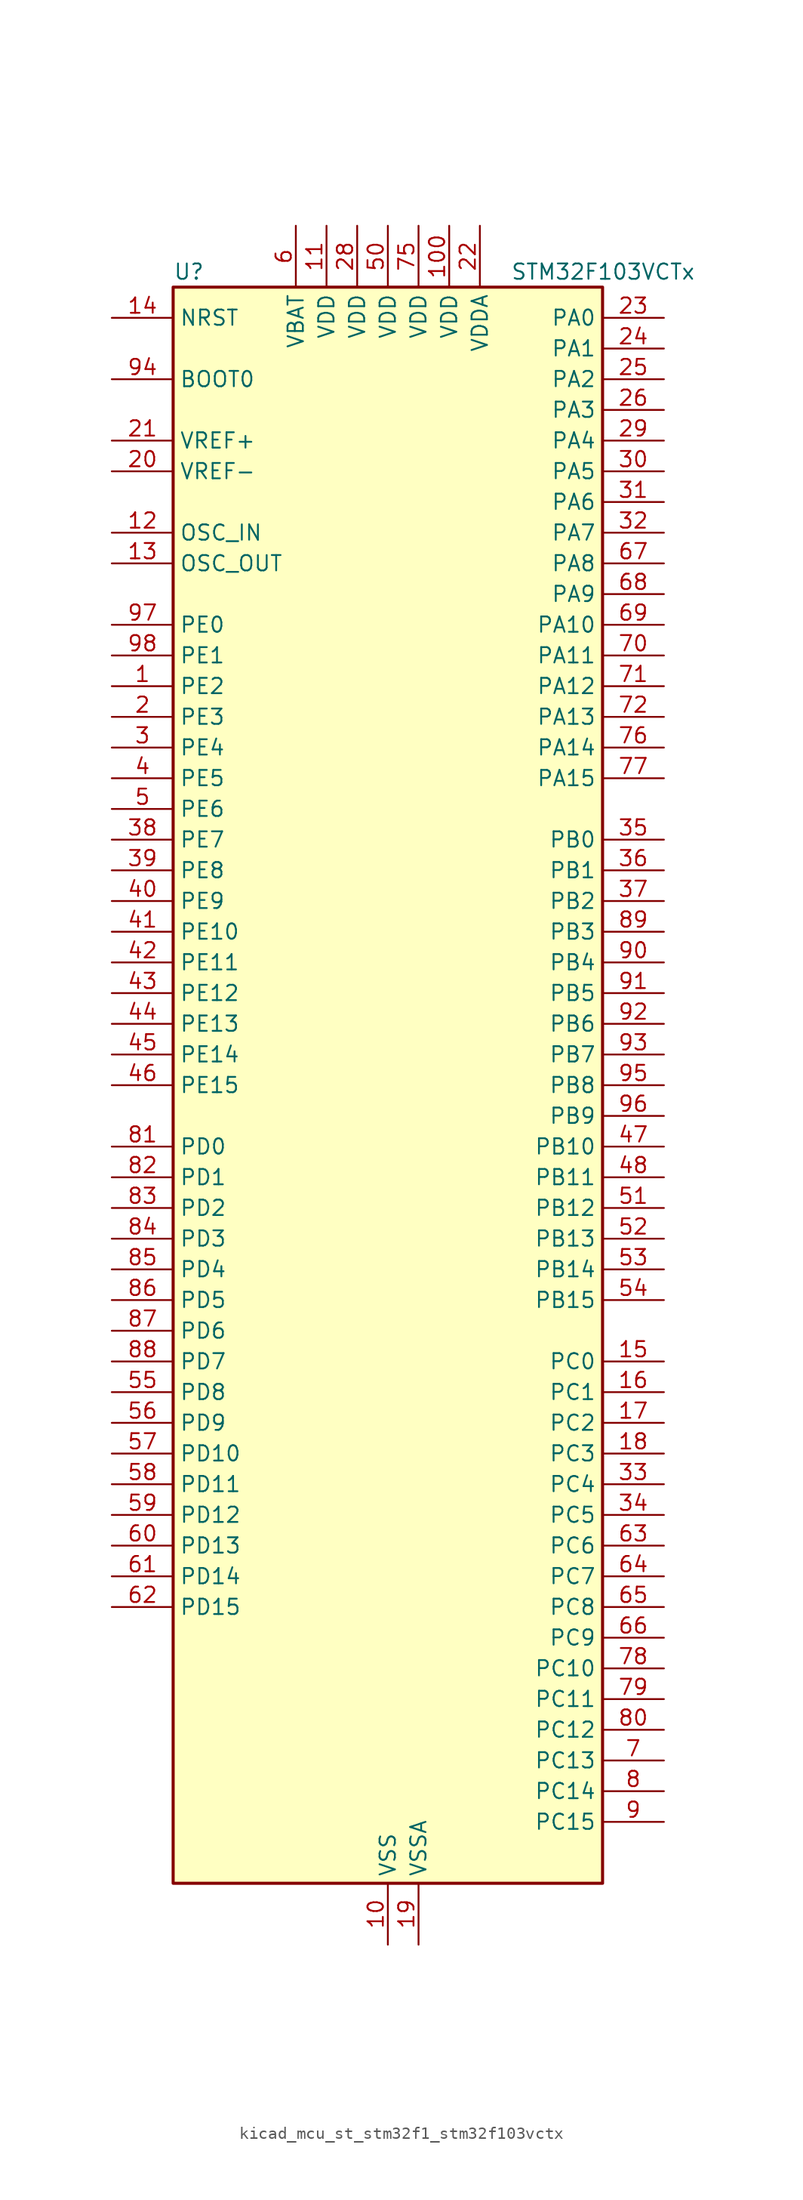
<source format=kicad_sym>
(kicad_symbol_lib
  (version 20220914)
  (generator kicad_symbol_editor)
  (symbol "kicad_mcu_st_stm32f1_stm32f103vctx"
    (property "Reference" "U"
      (at -17.78 67.31 0)
      (effects (font (size 1.27 1.27)) (justify left)))
    (property "Value" "STM32F103VCTx"
      (at 10.16 67.31 0)
      (effects (font (size 1.27 1.27)) (justify left)))
    (property "ki_locked" ""
      (at 0 0 0)
      (effects (font (size 1.27 1.27))))
    (symbol "kicad_mcu_st_stm32f1_stm32f103vctx_0_1"
      (rectangle (start -17.78 -66.04) (end 17.78 66.04) (stroke (width 0.254) (type default)) (fill (type background))))
    (symbol "kicad_mcu_st_stm32f1_stm32f103vctx_1_1"
      (pin bidirectional line (at -22.86 33.02 0) (length 5.08) (name "PE2" (effects (font (size 1.27 1.27)))) (number "1" (effects (font (size 1.27 1.27)))) (alternate "FSMC_A23" bidirectional line) (alternate "SYS_TRACECLK" bidirectional line))
      (pin power_in line (at 0 -71.12 90) (length 5.08) (name "VSS" (effects (font (size 1.27 1.27)))) (number "10" (effects (font (size 1.27 1.27)))))
      (pin power_in line (at 5.08 71.12 270) (length 5.08) (name "VDD" (effects (font (size 1.27 1.27)))) (number "100" (effects (font (size 1.27 1.27)))))
      (pin power_in line (at -5.08 71.12 270) (length 5.08) (name "VDD" (effects (font (size 1.27 1.27)))) (number "11" (effects (font (size 1.27 1.27)))))
      (pin input line (at -22.86 45.72 0) (length 5.08) (name "OSC_IN" (effects (font (size 1.27 1.27)))) (number "12" (effects (font (size 1.27 1.27)))) (alternate "RCC_OSC_IN" bidirectional line))
      (pin input line (at -22.86 43.18 0) (length 5.08) (name "OSC_OUT" (effects (font (size 1.27 1.27)))) (number "13" (effects (font (size 1.27 1.27)))) (alternate "RCC_OSC_OUT" bidirectional line))
      (pin input line (at -22.86 63.5 0) (length 5.08) (name "NRST" (effects (font (size 1.27 1.27)))) (number "14" (effects (font (size 1.27 1.27)))))
      (pin bidirectional line (at 22.86 -22.86 180) (length 5.08) (name "PC0" (effects (font (size 1.27 1.27)))) (number "15" (effects (font (size 1.27 1.27)))) (alternate "ADC1_IN10" bidirectional line) (alternate "ADC2_IN10" bidirectional line) (alternate "ADC3_IN10" bidirectional line))
      (pin bidirectional line (at 22.86 -25.4 180) (length 5.08) (name "PC1" (effects (font (size 1.27 1.27)))) (number "16" (effects (font (size 1.27 1.27)))) (alternate "ADC1_IN11" bidirectional line) (alternate "ADC2_IN11" bidirectional line) (alternate "ADC3_IN11" bidirectional line))
      (pin bidirectional line (at 22.86 -27.94 180) (length 5.08) (name "PC2" (effects (font (size 1.27 1.27)))) (number "17" (effects (font (size 1.27 1.27)))) (alternate "ADC1_IN12" bidirectional line) (alternate "ADC2_IN12" bidirectional line) (alternate "ADC3_IN12" bidirectional line))
      (pin bidirectional line (at 22.86 -30.48 180) (length 5.08) (name "PC3" (effects (font (size 1.27 1.27)))) (number "18" (effects (font (size 1.27 1.27)))) (alternate "ADC1_IN13" bidirectional line) (alternate "ADC2_IN13" bidirectional line) (alternate "ADC3_IN13" bidirectional line))
      (pin power_in line (at 2.54 -71.12 90) (length 5.08) (name "VSSA" (effects (font (size 1.27 1.27)))) (number "19" (effects (font (size 1.27 1.27)))))
      (pin bidirectional line (at -22.86 30.48 0) (length 5.08) (name "PE3" (effects (font (size 1.27 1.27)))) (number "2" (effects (font (size 1.27 1.27)))) (alternate "FSMC_A19" bidirectional line) (alternate "SYS_TRACED0" bidirectional line))
      (pin input line (at -22.86 50.8 0) (length 5.08) (name "VREF-" (effects (font (size 1.27 1.27)))) (number "20" (effects (font (size 1.27 1.27)))))
      (pin input line (at -22.86 53.34 0) (length 5.08) (name "VREF+" (effects (font (size 1.27 1.27)))) (number "21" (effects (font (size 1.27 1.27)))))
      (pin power_in line (at 7.62 71.12 270) (length 5.08) (name "VDDA" (effects (font (size 1.27 1.27)))) (number "22" (effects (font (size 1.27 1.27)))))
      (pin bidirectional line (at 22.86 63.5 180) (length 5.08) (name "PA0" (effects (font (size 1.27 1.27)))) (number "23" (effects (font (size 1.27 1.27)))) (alternate "ADC1_IN0" bidirectional line) (alternate "ADC2_IN0" bidirectional line) (alternate "ADC3_IN0" bidirectional line) (alternate "SYS_WKUP" bidirectional line) (alternate "TIM2_CH1" bidirectional line) (alternate "TIM2_ETR" bidirectional line) (alternate "TIM5_CH1" bidirectional line) (alternate "TIM8_ETR" bidirectional line) (alternate "USART2_CTS" bidirectional line))
      (pin bidirectional line (at 22.86 60.96 180) (length 5.08) (name "PA1" (effects (font (size 1.27 1.27)))) (number "24" (effects (font (size 1.27 1.27)))) (alternate "ADC1_IN1" bidirectional line) (alternate "ADC2_IN1" bidirectional line) (alternate "ADC3_IN1" bidirectional line) (alternate "TIM2_CH2" bidirectional line) (alternate "TIM5_CH2" bidirectional line) (alternate "USART2_RTS" bidirectional line))
      (pin bidirectional line (at 22.86 58.42 180) (length 5.08) (name "PA2" (effects (font (size 1.27 1.27)))) (number "25" (effects (font (size 1.27 1.27)))) (alternate "ADC1_IN2" bidirectional line) (alternate "ADC2_IN2" bidirectional line) (alternate "ADC3_IN2" bidirectional line) (alternate "TIM2_CH3" bidirectional line) (alternate "TIM5_CH3" bidirectional line) (alternate "USART2_TX" bidirectional line))
      (pin bidirectional line (at 22.86 55.88 180) (length 5.08) (name "PA3" (effects (font (size 1.27 1.27)))) (number "26" (effects (font (size 1.27 1.27)))) (alternate "ADC1_IN3" bidirectional line) (alternate "ADC2_IN3" bidirectional line) (alternate "ADC3_IN3" bidirectional line) (alternate "TIM2_CH4" bidirectional line) (alternate "TIM5_CH4" bidirectional line) (alternate "USART2_RX" bidirectional line))
      (pin passive line (at 0 -71.12 90) (length 5.08) hide (name "VSS" (effects (font (size 1.27 1.27)))) (number "27" (effects (font (size 1.27 1.27)))))
      (pin power_in line (at -2.54 71.12 270) (length 5.08) (name "VDD" (effects (font (size 1.27 1.27)))) (number "28" (effects (font (size 1.27 1.27)))))
      (pin bidirectional line (at 22.86 53.34 180) (length 5.08) (name "PA4" (effects (font (size 1.27 1.27)))) (number "29" (effects (font (size 1.27 1.27)))) (alternate "ADC1_IN4" bidirectional line) (alternate "ADC2_IN4" bidirectional line) (alternate "DAC_OUT1" bidirectional line) (alternate "SPI1_NSS" bidirectional line) (alternate "USART2_CK" bidirectional line))
      (pin bidirectional line (at -22.86 27.94 0) (length 5.08) (name "PE4" (effects (font (size 1.27 1.27)))) (number "3" (effects (font (size 1.27 1.27)))) (alternate "FSMC_A20" bidirectional line) (alternate "SYS_TRACED1" bidirectional line))
      (pin bidirectional line (at 22.86 50.8 180) (length 5.08) (name "PA5" (effects (font (size 1.27 1.27)))) (number "30" (effects (font (size 1.27 1.27)))) (alternate "ADC1_IN5" bidirectional line) (alternate "ADC2_IN5" bidirectional line) (alternate "DAC_OUT2" bidirectional line) (alternate "SPI1_SCK" bidirectional line))
      (pin bidirectional line (at 22.86 48.26 180) (length 5.08) (name "PA6" (effects (font (size 1.27 1.27)))) (number "31" (effects (font (size 1.27 1.27)))) (alternate "ADC1_IN6" bidirectional line) (alternate "ADC2_IN6" bidirectional line) (alternate "SPI1_MISO" bidirectional line) (alternate "TIM1_BKIN" bidirectional line) (alternate "TIM3_CH1" bidirectional line) (alternate "TIM8_BKIN" bidirectional line))
      (pin bidirectional line (at 22.86 45.72 180) (length 5.08) (name "PA7" (effects (font (size 1.27 1.27)))) (number "32" (effects (font (size 1.27 1.27)))) (alternate "ADC1_IN7" bidirectional line) (alternate "ADC2_IN7" bidirectional line) (alternate "SPI1_MOSI" bidirectional line) (alternate "TIM1_CH1N" bidirectional line) (alternate "TIM3_CH2" bidirectional line) (alternate "TIM8_CH1N" bidirectional line))
      (pin bidirectional line (at 22.86 -33.02 180) (length 5.08) (name "PC4" (effects (font (size 1.27 1.27)))) (number "33" (effects (font (size 1.27 1.27)))) (alternate "ADC1_IN14" bidirectional line) (alternate "ADC2_IN14" bidirectional line))
      (pin bidirectional line (at 22.86 -35.56 180) (length 5.08) (name "PC5" (effects (font (size 1.27 1.27)))) (number "34" (effects (font (size 1.27 1.27)))) (alternate "ADC1_IN15" bidirectional line) (alternate "ADC2_IN15" bidirectional line))
      (pin bidirectional line (at 22.86 20.32 180) (length 5.08) (name "PB0" (effects (font (size 1.27 1.27)))) (number "35" (effects (font (size 1.27 1.27)))) (alternate "ADC1_IN8" bidirectional line) (alternate "ADC2_IN8" bidirectional line) (alternate "TIM1_CH2N" bidirectional line) (alternate "TIM3_CH3" bidirectional line) (alternate "TIM8_CH2N" bidirectional line))
      (pin bidirectional line (at 22.86 17.78 180) (length 5.08) (name "PB1" (effects (font (size 1.27 1.27)))) (number "36" (effects (font (size 1.27 1.27)))) (alternate "ADC1_IN9" bidirectional line) (alternate "ADC2_IN9" bidirectional line) (alternate "TIM1_CH3N" bidirectional line) (alternate "TIM3_CH4" bidirectional line) (alternate "TIM8_CH3N" bidirectional line))
      (pin bidirectional line (at 22.86 15.24 180) (length 5.08) (name "PB2" (effects (font (size 1.27 1.27)))) (number "37" (effects (font (size 1.27 1.27)))))
      (pin bidirectional line (at -22.86 20.32 0) (length 5.08) (name "PE7" (effects (font (size 1.27 1.27)))) (number "38" (effects (font (size 1.27 1.27)))) (alternate "FSMC_D4" bidirectional line) (alternate "FSMC_DA4" bidirectional line) (alternate "TIM1_ETR" bidirectional line))
      (pin bidirectional line (at -22.86 17.78 0) (length 5.08) (name "PE8" (effects (font (size 1.27 1.27)))) (number "39" (effects (font (size 1.27 1.27)))) (alternate "FSMC_D5" bidirectional line) (alternate "FSMC_DA5" bidirectional line) (alternate "TIM1_CH1N" bidirectional line))
      (pin bidirectional line (at -22.86 25.4 0) (length 5.08) (name "PE5" (effects (font (size 1.27 1.27)))) (number "4" (effects (font (size 1.27 1.27)))) (alternate "FSMC_A21" bidirectional line) (alternate "SYS_TRACED2" bidirectional line))
      (pin bidirectional line (at -22.86 15.24 0) (length 5.08) (name "PE9" (effects (font (size 1.27 1.27)))) (number "40" (effects (font (size 1.27 1.27)))) (alternate "DAC_EXTI9" bidirectional line) (alternate "FSMC_D6" bidirectional line) (alternate "FSMC_DA6" bidirectional line) (alternate "TIM1_CH1" bidirectional line))
      (pin bidirectional line (at -22.86 12.7 0) (length 5.08) (name "PE10" (effects (font (size 1.27 1.27)))) (number "41" (effects (font (size 1.27 1.27)))) (alternate "FSMC_D7" bidirectional line) (alternate "FSMC_DA7" bidirectional line) (alternate "TIM1_CH2N" bidirectional line))
      (pin bidirectional line (at -22.86 10.16 0) (length 5.08) (name "PE11" (effects (font (size 1.27 1.27)))) (number "42" (effects (font (size 1.27 1.27)))) (alternate "ADC1_EXTI11" bidirectional line) (alternate "ADC2_EXTI11" bidirectional line) (alternate "FSMC_D8" bidirectional line) (alternate "FSMC_DA8" bidirectional line) (alternate "TIM1_CH2" bidirectional line))
      (pin bidirectional line (at -22.86 7.62 0) (length 5.08) (name "PE12" (effects (font (size 1.27 1.27)))) (number "43" (effects (font (size 1.27 1.27)))) (alternate "FSMC_D9" bidirectional line) (alternate "FSMC_DA9" bidirectional line) (alternate "TIM1_CH3N" bidirectional line))
      (pin bidirectional line (at -22.86 5.08 0) (length 5.08) (name "PE13" (effects (font (size 1.27 1.27)))) (number "44" (effects (font (size 1.27 1.27)))) (alternate "FSMC_D10" bidirectional line) (alternate "FSMC_DA10" bidirectional line) (alternate "TIM1_CH3" bidirectional line))
      (pin bidirectional line (at -22.86 2.54 0) (length 5.08) (name "PE14" (effects (font (size 1.27 1.27)))) (number "45" (effects (font (size 1.27 1.27)))) (alternate "FSMC_D11" bidirectional line) (alternate "FSMC_DA11" bidirectional line) (alternate "TIM1_CH4" bidirectional line))
      (pin bidirectional line (at -22.86 0 0) (length 5.08) (name "PE15" (effects (font (size 1.27 1.27)))) (number "46" (effects (font (size 1.27 1.27)))) (alternate "ADC1_EXTI15" bidirectional line) (alternate "ADC2_EXTI15" bidirectional line) (alternate "FSMC_D12" bidirectional line) (alternate "FSMC_DA12" bidirectional line) (alternate "TIM1_BKIN" bidirectional line))
      (pin bidirectional line (at 22.86 -5.08 180) (length 5.08) (name "PB10" (effects (font (size 1.27 1.27)))) (number "47" (effects (font (size 1.27 1.27)))) (alternate "I2C2_SCL" bidirectional line) (alternate "TIM2_CH3" bidirectional line) (alternate "USART3_TX" bidirectional line))
      (pin bidirectional line (at 22.86 -7.62 180) (length 5.08) (name "PB11" (effects (font (size 1.27 1.27)))) (number "48" (effects (font (size 1.27 1.27)))) (alternate "ADC1_EXTI11" bidirectional line) (alternate "ADC2_EXTI11" bidirectional line) (alternate "I2C2_SDA" bidirectional line) (alternate "TIM2_CH4" bidirectional line) (alternate "USART3_RX" bidirectional line))
      (pin passive line (at 0 -71.12 90) (length 5.08) hide (name "VSS" (effects (font (size 1.27 1.27)))) (number "49" (effects (font (size 1.27 1.27)))))
      (pin bidirectional line (at -22.86 22.86 0) (length 5.08) (name "PE6" (effects (font (size 1.27 1.27)))) (number "5" (effects (font (size 1.27 1.27)))) (alternate "FSMC_A22" bidirectional line) (alternate "SYS_TRACED3" bidirectional line))
      (pin power_in line (at 0 71.12 270) (length 5.08) (name "VDD" (effects (font (size 1.27 1.27)))) (number "50" (effects (font (size 1.27 1.27)))))
      (pin bidirectional line (at 22.86 -10.16 180) (length 5.08) (name "PB12" (effects (font (size 1.27 1.27)))) (number "51" (effects (font (size 1.27 1.27)))) (alternate "I2C2_SMBA" bidirectional line) (alternate "I2S2_WS" bidirectional line) (alternate "SPI2_NSS" bidirectional line) (alternate "TIM1_BKIN" bidirectional line) (alternate "USART3_CK" bidirectional line))
      (pin bidirectional line (at 22.86 -12.7 180) (length 5.08) (name "PB13" (effects (font (size 1.27 1.27)))) (number "52" (effects (font (size 1.27 1.27)))) (alternate "I2S2_CK" bidirectional line) (alternate "SPI2_SCK" bidirectional line) (alternate "TIM1_CH1N" bidirectional line) (alternate "USART3_CTS" bidirectional line))
      (pin bidirectional line (at 22.86 -15.24 180) (length 5.08) (name "PB14" (effects (font (size 1.27 1.27)))) (number "53" (effects (font (size 1.27 1.27)))) (alternate "SPI2_MISO" bidirectional line) (alternate "TIM1_CH2N" bidirectional line) (alternate "USART3_RTS" bidirectional line))
      (pin bidirectional line (at 22.86 -17.78 180) (length 5.08) (name "PB15" (effects (font (size 1.27 1.27)))) (number "54" (effects (font (size 1.27 1.27)))) (alternate "ADC1_EXTI15" bidirectional line) (alternate "ADC2_EXTI15" bidirectional line) (alternate "I2S2_SD" bidirectional line) (alternate "SPI2_MOSI" bidirectional line) (alternate "TIM1_CH3N" bidirectional line))
      (pin bidirectional line (at -22.86 -25.4 0) (length 5.08) (name "PD8" (effects (font (size 1.27 1.27)))) (number "55" (effects (font (size 1.27 1.27)))) (alternate "FSMC_D13" bidirectional line) (alternate "FSMC_DA13" bidirectional line) (alternate "USART3_TX" bidirectional line))
      (pin bidirectional line (at -22.86 -27.94 0) (length 5.08) (name "PD9" (effects (font (size 1.27 1.27)))) (number "56" (effects (font (size 1.27 1.27)))) (alternate "DAC_EXTI9" bidirectional line) (alternate "FSMC_D14" bidirectional line) (alternate "FSMC_DA14" bidirectional line) (alternate "USART3_RX" bidirectional line))
      (pin bidirectional line (at -22.86 -30.48 0) (length 5.08) (name "PD10" (effects (font (size 1.27 1.27)))) (number "57" (effects (font (size 1.27 1.27)))) (alternate "FSMC_D15" bidirectional line) (alternate "FSMC_DA15" bidirectional line) (alternate "USART3_CK" bidirectional line))
      (pin bidirectional line (at -22.86 -33.02 0) (length 5.08) (name "PD11" (effects (font (size 1.27 1.27)))) (number "58" (effects (font (size 1.27 1.27)))) (alternate "ADC1_EXTI11" bidirectional line) (alternate "ADC2_EXTI11" bidirectional line) (alternate "FSMC_A16" bidirectional line) (alternate "FSMC_CLE" bidirectional line) (alternate "USART3_CTS" bidirectional line))
      (pin bidirectional line (at -22.86 -35.56 0) (length 5.08) (name "PD12" (effects (font (size 1.27 1.27)))) (number "59" (effects (font (size 1.27 1.27)))) (alternate "FSMC_A17" bidirectional line) (alternate "FSMC_ALE" bidirectional line) (alternate "TIM4_CH1" bidirectional line) (alternate "USART3_RTS" bidirectional line))
      (pin power_in line (at -7.62 71.12 270) (length 5.08) (name "VBAT" (effects (font (size 1.27 1.27)))) (number "6" (effects (font (size 1.27 1.27)))))
      (pin bidirectional line (at -22.86 -38.1 0) (length 5.08) (name "PD13" (effects (font (size 1.27 1.27)))) (number "60" (effects (font (size 1.27 1.27)))) (alternate "FSMC_A18" bidirectional line) (alternate "TIM4_CH2" bidirectional line))
      (pin bidirectional line (at -22.86 -40.64 0) (length 5.08) (name "PD14" (effects (font (size 1.27 1.27)))) (number "61" (effects (font (size 1.27 1.27)))) (alternate "FSMC_D0" bidirectional line) (alternate "FSMC_DA0" bidirectional line) (alternate "TIM4_CH3" bidirectional line))
      (pin bidirectional line (at -22.86 -43.18 0) (length 5.08) (name "PD15" (effects (font (size 1.27 1.27)))) (number "62" (effects (font (size 1.27 1.27)))) (alternate "ADC1_EXTI15" bidirectional line) (alternate "ADC2_EXTI15" bidirectional line) (alternate "FSMC_D1" bidirectional line) (alternate "FSMC_DA1" bidirectional line) (alternate "TIM4_CH4" bidirectional line))
      (pin bidirectional line (at 22.86 -38.1 180) (length 5.08) (name "PC6" (effects (font (size 1.27 1.27)))) (number "63" (effects (font (size 1.27 1.27)))) (alternate "I2S2_MCK" bidirectional line) (alternate "SDIO_D6" bidirectional line) (alternate "TIM3_CH1" bidirectional line) (alternate "TIM8_CH1" bidirectional line))
      (pin bidirectional line (at 22.86 -40.64 180) (length 5.08) (name "PC7" (effects (font (size 1.27 1.27)))) (number "64" (effects (font (size 1.27 1.27)))) (alternate "I2S3_MCK" bidirectional line) (alternate "SDIO_D7" bidirectional line) (alternate "TIM3_CH2" bidirectional line) (alternate "TIM8_CH2" bidirectional line))
      (pin bidirectional line (at 22.86 -43.18 180) (length 5.08) (name "PC8" (effects (font (size 1.27 1.27)))) (number "65" (effects (font (size 1.27 1.27)))) (alternate "SDIO_D0" bidirectional line) (alternate "TIM3_CH3" bidirectional line) (alternate "TIM8_CH3" bidirectional line))
      (pin bidirectional line (at 22.86 -45.72 180) (length 5.08) (name "PC9" (effects (font (size 1.27 1.27)))) (number "66" (effects (font (size 1.27 1.27)))) (alternate "DAC_EXTI9" bidirectional line) (alternate "SDIO_D1" bidirectional line) (alternate "TIM3_CH4" bidirectional line) (alternate "TIM8_CH4" bidirectional line))
      (pin bidirectional line (at 22.86 43.18 180) (length 5.08) (name "PA8" (effects (font (size 1.27 1.27)))) (number "67" (effects (font (size 1.27 1.27)))) (alternate "RCC_MCO" bidirectional line) (alternate "TIM1_CH1" bidirectional line) (alternate "USART1_CK" bidirectional line))
      (pin bidirectional line (at 22.86 40.64 180) (length 5.08) (name "PA9" (effects (font (size 1.27 1.27)))) (number "68" (effects (font (size 1.27 1.27)))) (alternate "DAC_EXTI9" bidirectional line) (alternate "TIM1_CH2" bidirectional line) (alternate "USART1_TX" bidirectional line))
      (pin bidirectional line (at 22.86 38.1 180) (length 5.08) (name "PA10" (effects (font (size 1.27 1.27)))) (number "69" (effects (font (size 1.27 1.27)))) (alternate "TIM1_CH3" bidirectional line) (alternate "USART1_RX" bidirectional line))
      (pin bidirectional line (at 22.86 -55.88 180) (length 5.08) (name "PC13" (effects (font (size 1.27 1.27)))) (number "7" (effects (font (size 1.27 1.27)))) (alternate "RTC_OUT" bidirectional line) (alternate "RTC_TAMPER" bidirectional line))
      (pin bidirectional line (at 22.86 35.56 180) (length 5.08) (name "PA11" (effects (font (size 1.27 1.27)))) (number "70" (effects (font (size 1.27 1.27)))) (alternate "ADC1_EXTI11" bidirectional line) (alternate "ADC2_EXTI11" bidirectional line) (alternate "CAN_RX" bidirectional line) (alternate "TIM1_CH4" bidirectional line) (alternate "USART1_CTS" bidirectional line) (alternate "USB_DM" bidirectional line))
      (pin bidirectional line (at 22.86 33.02 180) (length 5.08) (name "PA12" (effects (font (size 1.27 1.27)))) (number "71" (effects (font (size 1.27 1.27)))) (alternate "CAN_TX" bidirectional line) (alternate "TIM1_ETR" bidirectional line) (alternate "USART1_RTS" bidirectional line) (alternate "USB_DP" bidirectional line))
      (pin bidirectional line (at 22.86 30.48 180) (length 5.08) (name "PA13" (effects (font (size 1.27 1.27)))) (number "72" (effects (font (size 1.27 1.27)))) (alternate "SYS_JTMS-SWDIO" bidirectional line))
      (pin no_connect line (at -17.78 -66.04 0) (length 5.08) hide (name "NC" (effects (font (size 1.27 1.27)))) (number "73" (effects (font (size 1.27 1.27)))))
      (pin passive line (at 0 -71.12 90) (length 5.08) hide (name "VSS" (effects (font (size 1.27 1.27)))) (number "74" (effects (font (size 1.27 1.27)))))
      (pin power_in line (at 2.54 71.12 270) (length 5.08) (name "VDD" (effects (font (size 1.27 1.27)))) (number "75" (effects (font (size 1.27 1.27)))))
      (pin bidirectional line (at 22.86 27.94 180) (length 5.08) (name "PA14" (effects (font (size 1.27 1.27)))) (number "76" (effects (font (size 1.27 1.27)))) (alternate "SYS_JTCK-SWCLK" bidirectional line))
      (pin bidirectional line (at 22.86 25.4 180) (length 5.08) (name "PA15" (effects (font (size 1.27 1.27)))) (number "77" (effects (font (size 1.27 1.27)))) (alternate "ADC1_EXTI15" bidirectional line) (alternate "ADC2_EXTI15" bidirectional line) (alternate "I2S3_WS" bidirectional line) (alternate "SPI1_NSS" bidirectional line) (alternate "SPI3_NSS" bidirectional line) (alternate "SYS_JTDI" bidirectional line) (alternate "TIM2_CH1" bidirectional line) (alternate "TIM2_ETR" bidirectional line))
      (pin bidirectional line (at 22.86 -48.26 180) (length 5.08) (name "PC10" (effects (font (size 1.27 1.27)))) (number "78" (effects (font (size 1.27 1.27)))) (alternate "SDIO_D2" bidirectional line) (alternate "UART4_TX" bidirectional line) (alternate "USART3_TX" bidirectional line))
      (pin bidirectional line (at 22.86 -50.8 180) (length 5.08) (name "PC11" (effects (font (size 1.27 1.27)))) (number "79" (effects (font (size 1.27 1.27)))) (alternate "ADC1_EXTI11" bidirectional line) (alternate "ADC2_EXTI11" bidirectional line) (alternate "SDIO_D3" bidirectional line) (alternate "UART4_RX" bidirectional line) (alternate "USART3_RX" bidirectional line))
      (pin bidirectional line (at 22.86 -58.42 180) (length 5.08) (name "PC14" (effects (font (size 1.27 1.27)))) (number "8" (effects (font (size 1.27 1.27)))) (alternate "RCC_OSC32_IN" bidirectional line))
      (pin bidirectional line (at 22.86 -53.34 180) (length 5.08) (name "PC12" (effects (font (size 1.27 1.27)))) (number "80" (effects (font (size 1.27 1.27)))) (alternate "SDIO_CK" bidirectional line) (alternate "UART5_TX" bidirectional line) (alternate "USART3_CK" bidirectional line))
      (pin bidirectional line (at -22.86 -5.08 0) (length 5.08) (name "PD0" (effects (font (size 1.27 1.27)))) (number "81" (effects (font (size 1.27 1.27)))) (alternate "CAN_RX" bidirectional line) (alternate "FSMC_D2" bidirectional line) (alternate "FSMC_DA2" bidirectional line))
      (pin bidirectional line (at -22.86 -7.62 0) (length 5.08) (name "PD1" (effects (font (size 1.27 1.27)))) (number "82" (effects (font (size 1.27 1.27)))) (alternate "CAN_TX" bidirectional line) (alternate "FSMC_D3" bidirectional line) (alternate "FSMC_DA3" bidirectional line))
      (pin bidirectional line (at -22.86 -10.16 0) (length 5.08) (name "PD2" (effects (font (size 1.27 1.27)))) (number "83" (effects (font (size 1.27 1.27)))) (alternate "SDIO_CMD" bidirectional line) (alternate "TIM3_ETR" bidirectional line) (alternate "UART5_RX" bidirectional line))
      (pin bidirectional line (at -22.86 -12.7 0) (length 5.08) (name "PD3" (effects (font (size 1.27 1.27)))) (number "84" (effects (font (size 1.27 1.27)))) (alternate "FSMC_CLK" bidirectional line) (alternate "USART2_CTS" bidirectional line))
      (pin bidirectional line (at -22.86 -15.24 0) (length 5.08) (name "PD4" (effects (font (size 1.27 1.27)))) (number "85" (effects (font (size 1.27 1.27)))) (alternate "FSMC_NOE" bidirectional line) (alternate "USART2_RTS" bidirectional line))
      (pin bidirectional line (at -22.86 -17.78 0) (length 5.08) (name "PD5" (effects (font (size 1.27 1.27)))) (number "86" (effects (font (size 1.27 1.27)))) (alternate "FSMC_NWE" bidirectional line) (alternate "USART2_TX" bidirectional line))
      (pin bidirectional line (at -22.86 -20.32 0) (length 5.08) (name "PD6" (effects (font (size 1.27 1.27)))) (number "87" (effects (font (size 1.27 1.27)))) (alternate "FSMC_NWAIT" bidirectional line) (alternate "USART2_RX" bidirectional line))
      (pin bidirectional line (at -22.86 -22.86 0) (length 5.08) (name "PD7" (effects (font (size 1.27 1.27)))) (number "88" (effects (font (size 1.27 1.27)))) (alternate "FSMC_NCE2" bidirectional line) (alternate "FSMC_NE1" bidirectional line) (alternate "USART2_CK" bidirectional line))
      (pin bidirectional line (at 22.86 12.7 180) (length 5.08) (name "PB3" (effects (font (size 1.27 1.27)))) (number "89" (effects (font (size 1.27 1.27)))) (alternate "I2S3_CK" bidirectional line) (alternate "SPI1_SCK" bidirectional line) (alternate "SPI3_SCK" bidirectional line) (alternate "SYS_JTDO-TRACESWO" bidirectional line) (alternate "TIM2_CH2" bidirectional line))
      (pin bidirectional line (at 22.86 -60.96 180) (length 5.08) (name "PC15" (effects (font (size 1.27 1.27)))) (number "9" (effects (font (size 1.27 1.27)))) (alternate "ADC1_EXTI15" bidirectional line) (alternate "ADC2_EXTI15" bidirectional line) (alternate "RCC_OSC32_OUT" bidirectional line))
      (pin bidirectional line (at 22.86 10.16 180) (length 5.08) (name "PB4" (effects (font (size 1.27 1.27)))) (number "90" (effects (font (size 1.27 1.27)))) (alternate "SPI1_MISO" bidirectional line) (alternate "SPI3_MISO" bidirectional line) (alternate "SYS_NJTRST" bidirectional line) (alternate "TIM3_CH1" bidirectional line))
      (pin bidirectional line (at 22.86 7.62 180) (length 5.08) (name "PB5" (effects (font (size 1.27 1.27)))) (number "91" (effects (font (size 1.27 1.27)))) (alternate "I2C1_SMBA" bidirectional line) (alternate "I2S3_SD" bidirectional line) (alternate "SPI1_MOSI" bidirectional line) (alternate "SPI3_MOSI" bidirectional line) (alternate "TIM3_CH2" bidirectional line))
      (pin bidirectional line (at 22.86 5.08 180) (length 5.08) (name "PB6" (effects (font (size 1.27 1.27)))) (number "92" (effects (font (size 1.27 1.27)))) (alternate "I2C1_SCL" bidirectional line) (alternate "TIM4_CH1" bidirectional line) (alternate "USART1_TX" bidirectional line))
      (pin bidirectional line (at 22.86 2.54 180) (length 5.08) (name "PB7" (effects (font (size 1.27 1.27)))) (number "93" (effects (font (size 1.27 1.27)))) (alternate "FSMC_NL" bidirectional line) (alternate "I2C1_SDA" bidirectional line) (alternate "TIM4_CH2" bidirectional line) (alternate "USART1_RX" bidirectional line))
      (pin input line (at -22.86 58.42 0) (length 5.08) (name "BOOT0" (effects (font (size 1.27 1.27)))) (number "94" (effects (font (size 1.27 1.27)))))
      (pin bidirectional line (at 22.86 0 180) (length 5.08) (name "PB8" (effects (font (size 1.27 1.27)))) (number "95" (effects (font (size 1.27 1.27)))) (alternate "CAN_RX" bidirectional line) (alternate "I2C1_SCL" bidirectional line) (alternate "SDIO_D4" bidirectional line) (alternate "TIM4_CH3" bidirectional line))
      (pin bidirectional line (at 22.86 -2.54 180) (length 5.08) (name "PB9" (effects (font (size 1.27 1.27)))) (number "96" (effects (font (size 1.27 1.27)))) (alternate "CAN_TX" bidirectional line) (alternate "DAC_EXTI9" bidirectional line) (alternate "I2C1_SDA" bidirectional line) (alternate "SDIO_D5" bidirectional line) (alternate "TIM4_CH4" bidirectional line))
      (pin bidirectional line (at -22.86 38.1 0) (length 5.08) (name "PE0" (effects (font (size 1.27 1.27)))) (number "97" (effects (font (size 1.27 1.27)))) (alternate "FSMC_NBL0" bidirectional line) (alternate "TIM4_ETR" bidirectional line))
      (pin bidirectional line (at -22.86 35.56 0) (length 5.08) (name "PE1" (effects (font (size 1.27 1.27)))) (number "98" (effects (font (size 1.27 1.27)))) (alternate "FSMC_NBL1" bidirectional line))
      (pin passive line (at 0 -71.12 90) (length 5.08) hide (name "VSS" (effects (font (size 1.27 1.27)))) (number "99" (effects (font (size 1.27 1.27))))))))
</source>
